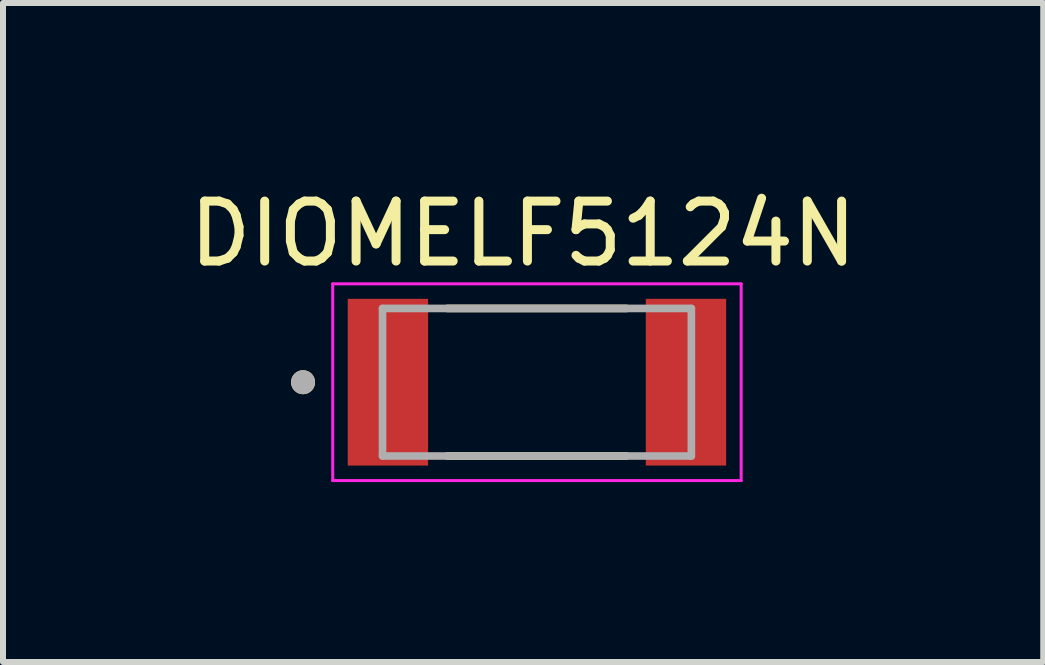
<source format=kicad_pcb>
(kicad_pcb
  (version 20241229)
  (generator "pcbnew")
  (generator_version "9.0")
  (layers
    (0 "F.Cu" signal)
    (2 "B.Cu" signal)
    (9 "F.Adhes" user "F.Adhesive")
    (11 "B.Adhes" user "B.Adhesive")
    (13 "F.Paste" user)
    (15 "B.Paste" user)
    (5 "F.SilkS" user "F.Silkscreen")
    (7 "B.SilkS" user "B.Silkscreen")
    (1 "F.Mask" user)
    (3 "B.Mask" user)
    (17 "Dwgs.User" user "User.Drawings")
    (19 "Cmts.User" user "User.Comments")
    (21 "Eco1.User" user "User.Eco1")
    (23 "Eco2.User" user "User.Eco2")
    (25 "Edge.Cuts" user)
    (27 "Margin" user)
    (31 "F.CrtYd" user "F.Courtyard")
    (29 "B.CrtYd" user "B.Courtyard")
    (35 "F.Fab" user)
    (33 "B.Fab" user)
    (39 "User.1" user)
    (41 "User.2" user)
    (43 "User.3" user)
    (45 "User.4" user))
  (footprint "DIOMELF5124N"
    (layer "F.Cu")
    (at 5.903 3.323)
    (property "Reference" "DIOMELF5124N" (at -0.23 -2.475 0) (layer "F.SilkS") (effects (font (size 1 1) (thickness 0.15))))
    (attr smd)
    (fp_line (start -1.495 -1.23) (end 1.495 -1.23) (stroke (width 0.127) (type solid)) (layer "F.SilkS"))
    (fp_line (start -1.495 1.23) (end 1.495 1.23) (stroke (width 0.127) (type solid)) (layer "F.SilkS"))
    (fp_circle (center -3.9 0) (end -3.8 0) (stroke (width 0.2) (type solid)) (fill no) (layer "F.SilkS"))
    (fp_line (start -3.405 -1.64) (end -3.405 1.64) (stroke (width 0.05) (type solid)) (layer "F.CrtYd"))
    (fp_line (start -3.405 1.64) (end 3.405 1.64) (stroke (width 0.05) (type solid)) (layer "F.CrtYd"))
    (fp_line (start 3.405 -1.64) (end -3.405 -1.64) (stroke (width 0.05) (type solid)) (layer "F.CrtYd"))
    (fp_line (start 3.405 1.64) (end 3.405 -1.64) (stroke (width 0.05) (type solid)) (layer "F.CrtYd"))
    (fp_line (start -2.575 -1.23) (end -2.575 1.23) (stroke (width 0.127) (type solid)) (layer "F.Fab"))
    (fp_line (start -2.575 1.23) (end 2.575 1.23) (stroke (width 0.127) (type solid)) (layer "F.Fab"))
    (fp_line (start 2.575 -1.23) (end -2.575 -1.23) (stroke (width 0.127) (type solid)) (layer "F.Fab"))
    (fp_line (start 2.575 1.23) (end 2.575 -1.23) (stroke (width 0.127) (type solid)) (layer "F.Fab"))
    (fp_circle (center -3.9 0) (end -3.8 0) (stroke (width 0.2) (type solid)) (fill no) (layer "F.Fab"))
    (pad "1" smd rect (at -2.485 0) (size 1.34 2.78) (layers "F.Cu" "F.Mask" "F.Paste"))
    (pad "2" smd rect (at 2.485 0) (size 1.34 2.78) (layers "F.Cu" "F.Mask" "F.Paste")))
  (gr_rect
    (start -3 -3)
    (end 14.345 7.988)
    (stroke (width 0.1) (type default))
    (fill no)
    (layer "Edge.Cuts")))
</source>
